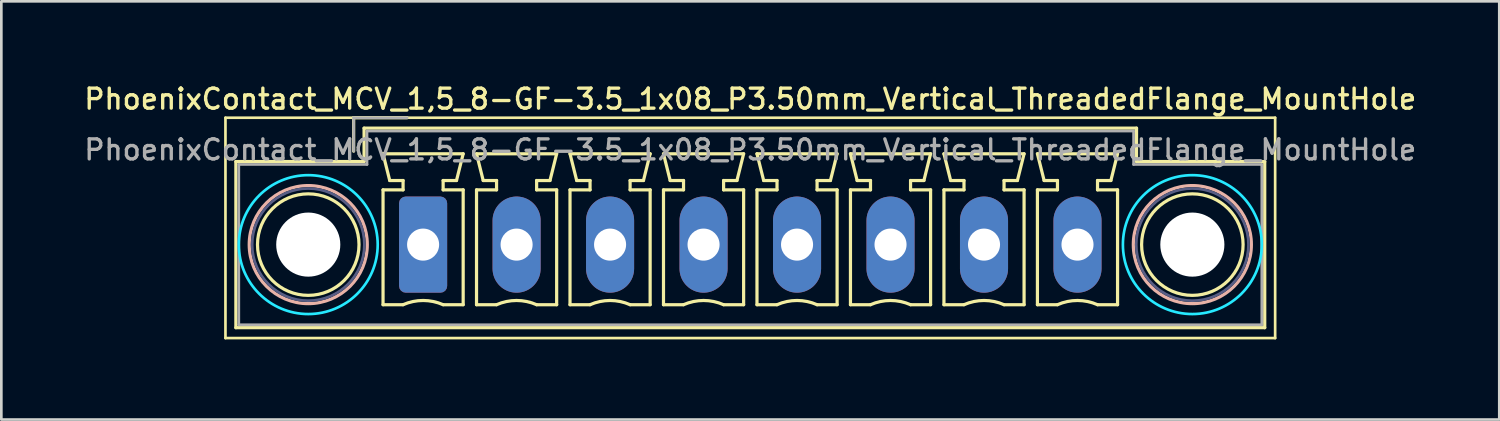
<source format=kicad_pcb>
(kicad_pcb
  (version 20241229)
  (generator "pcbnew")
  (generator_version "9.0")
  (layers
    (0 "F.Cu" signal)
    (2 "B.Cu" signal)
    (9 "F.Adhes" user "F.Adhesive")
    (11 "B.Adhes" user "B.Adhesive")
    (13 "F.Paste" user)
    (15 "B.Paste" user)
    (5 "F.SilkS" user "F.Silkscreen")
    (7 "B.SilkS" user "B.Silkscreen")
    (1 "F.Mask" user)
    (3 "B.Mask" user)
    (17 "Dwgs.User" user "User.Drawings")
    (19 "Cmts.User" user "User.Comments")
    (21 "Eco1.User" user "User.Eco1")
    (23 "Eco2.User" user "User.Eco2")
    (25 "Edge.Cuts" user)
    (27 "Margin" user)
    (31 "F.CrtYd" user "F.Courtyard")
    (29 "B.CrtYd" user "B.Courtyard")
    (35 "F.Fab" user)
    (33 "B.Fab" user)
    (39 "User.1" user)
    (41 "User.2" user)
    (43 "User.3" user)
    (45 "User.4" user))
  (footprint "PhoenixContact_MCV_1,5_8-GF-3.5_1x08_P3.50mm_Vertical_ThreadedFlange_MountHole"
    (layer "F.Cu")
    (at 12.791 6.108)
    (property "Reference" "PhoenixContact_MCV_1,5_8-GF-3.5_1x08_P3.50mm_Vertical_ThreadedFlange_MountHole" (at 12.25 -5.45 0) (layer "F.SilkS") (effects (font (size 0.75 0.75) (thickness 0.125))))
    (attr through_hole)
    (fp_line (start -7.4 -4.75) (end -7.4 3.5) (stroke (width 0.1) (type solid)) (layer "F.SilkS"))
    (fp_line (start -7.4 3.5) (end 31.9 3.5) (stroke (width 0.1) (type solid)) (layer "F.SilkS"))
    (fp_line (start -7.01 -3.11) (end -7.01 3.11) (stroke (width 0.12) (type solid)) (layer "F.SilkS"))
    (fp_line (start -7.01 3.11) (end 31.51 3.11) (stroke (width 0.12) (type solid)) (layer "F.SilkS"))
    (fp_line (start -2.6 -4.75) (end -0.6 -4.75) (stroke (width 0.12) (type solid)) (layer "F.SilkS"))
    (fp_line (start -2.6 -3.5) (end -2.6 -4.75) (stroke (width 0.12) (type solid)) (layer "F.SilkS"))
    (fp_line (start -2.21 -4.36) (end -2.21 -3.11) (stroke (width 0.12) (type solid)) (layer "F.SilkS"))
    (fp_line (start -2.21 -3.11) (end -7.01 -3.11) (stroke (width 0.12) (type solid)) (layer "F.SilkS"))
    (fp_line (start -1.5 -3.4) (end 1.5 -3.4) (stroke (width 0.12) (type solid)) (layer "F.SilkS"))
    (fp_line (start -1.5 -2.05) (end -0.75 -2.05) (stroke (width 0.12) (type solid)) (layer "F.SilkS"))
    (fp_line (start -1.5 2.25) (end -1.5 -2.05) (stroke (width 0.12) (type solid)) (layer "F.SilkS"))
    (fp_line (start -1.25 -2.4) (end -1.5 -3.4) (stroke (width 0.12) (type solid)) (layer "F.SilkS"))
    (fp_line (start -0.75 -2.4) (end -1.25 -2.4) (stroke (width 0.12) (type solid)) (layer "F.SilkS"))
    (fp_line (start -0.75 -2.05) (end -0.75 -2.4) (stroke (width 0.12) (type solid)) (layer "F.SilkS"))
    (fp_line (start -0.75 2.25) (end -1.5 2.25) (stroke (width 0.12) (type solid)) (layer "F.SilkS"))
    (fp_line (start 0.75 -2.4) (end 0.75 -2.05) (stroke (width 0.12) (type solid)) (layer "F.SilkS"))
    (fp_line (start 0.75 -2.05) (end 1.5 -2.05) (stroke (width 0.12) (type solid)) (layer "F.SilkS"))
    (fp_line (start 1.25 -2.4) (end 0.75 -2.4) (stroke (width 0.12) (type solid)) (layer "F.SilkS"))
    (fp_line (start 1.5 -3.4) (end 1.25 -2.4) (stroke (width 0.12) (type solid)) (layer "F.SilkS"))
    (fp_line (start 1.5 -2.05) (end 1.5 2.25) (stroke (width 0.12) (type solid)) (layer "F.SilkS"))
    (fp_line (start 1.5 2.25) (end 0.75 2.25) (stroke (width 0.12) (type solid)) (layer "F.SilkS"))
    (fp_line (start 2 -3.4) (end 5 -3.4) (stroke (width 0.12) (type solid)) (layer "F.SilkS"))
    (fp_line (start 2 -2.05) (end 2.75 -2.05) (stroke (width 0.12) (type solid)) (layer "F.SilkS"))
    (fp_line (start 2 2.25) (end 2 -2.05) (stroke (width 0.12) (type solid)) (layer "F.SilkS"))
    (fp_line (start 2.25 -2.4) (end 2 -3.4) (stroke (width 0.12) (type solid)) (layer "F.SilkS"))
    (fp_line (start 2.75 -2.4) (end 2.25 -2.4) (stroke (width 0.12) (type solid)) (layer "F.SilkS"))
    (fp_line (start 2.75 -2.05) (end 2.75 -2.4) (stroke (width 0.12) (type solid)) (layer "F.SilkS"))
    (fp_line (start 2.75 2.25) (end 2 2.25) (stroke (width 0.12) (type solid)) (layer "F.SilkS"))
    (fp_line (start 4.25 -2.4) (end 4.25 -2.05) (stroke (width 0.12) (type solid)) (layer "F.SilkS"))
    (fp_line (start 4.25 -2.05) (end 5 -2.05) (stroke (width 0.12) (type solid)) (layer "F.SilkS"))
    (fp_line (start 4.75 -2.4) (end 4.25 -2.4) (stroke (width 0.12) (type solid)) (layer "F.SilkS"))
    (fp_line (start 5 -3.4) (end 4.75 -2.4) (stroke (width 0.12) (type solid)) (layer "F.SilkS"))
    (fp_line (start 5 -2.05) (end 5 2.25) (stroke (width 0.12) (type solid)) (layer "F.SilkS"))
    (fp_line (start 5 2.25) (end 4.25 2.25) (stroke (width 0.12) (type solid)) (layer "F.SilkS"))
    (fp_line (start 5.5 -3.4) (end 8.5 -3.4) (stroke (width 0.12) (type solid)) (layer "F.SilkS"))
    (fp_line (start 5.5 -2.05) (end 6.25 -2.05) (stroke (width 0.12) (type solid)) (layer "F.SilkS"))
    (fp_line (start 5.5 2.25) (end 5.5 -2.05) (stroke (width 0.12) (type solid)) (layer "F.SilkS"))
    (fp_line (start 5.75 -2.4) (end 5.5 -3.4) (stroke (width 0.12) (type solid)) (layer "F.SilkS"))
    (fp_line (start 6.25 -2.4) (end 5.75 -2.4) (stroke (width 0.12) (type solid)) (layer "F.SilkS"))
    (fp_line (start 6.25 -2.05) (end 6.25 -2.4) (stroke (width 0.12) (type solid)) (layer "F.SilkS"))
    (fp_line (start 6.25 2.25) (end 5.5 2.25) (stroke (width 0.12) (type solid)) (layer "F.SilkS"))
    (fp_line (start 7.75 -2.4) (end 7.75 -2.05) (stroke (width 0.12) (type solid)) (layer "F.SilkS"))
    (fp_line (start 7.75 -2.05) (end 8.5 -2.05) (stroke (width 0.12) (type solid)) (layer "F.SilkS"))
    (fp_line (start 8.25 -2.4) (end 7.75 -2.4) (stroke (width 0.12) (type solid)) (layer "F.SilkS"))
    (fp_line (start 8.5 -3.4) (end 8.25 -2.4) (stroke (width 0.12) (type solid)) (layer "F.SilkS"))
    (fp_line (start 8.5 -2.05) (end 8.5 2.25) (stroke (width 0.12) (type solid)) (layer "F.SilkS"))
    (fp_line (start 8.5 2.25) (end 7.75 2.25) (stroke (width 0.12) (type solid)) (layer "F.SilkS"))
    (fp_line (start 9 -3.4) (end 12 -3.4) (stroke (width 0.12) (type solid)) (layer "F.SilkS"))
    (fp_line (start 9 -2.05) (end 9.75 -2.05) (stroke (width 0.12) (type solid)) (layer "F.SilkS"))
    (fp_line (start 9 2.25) (end 9 -2.05) (stroke (width 0.12) (type solid)) (layer "F.SilkS"))
    (fp_line (start 9.25 -2.4) (end 9 -3.4) (stroke (width 0.12) (type solid)) (layer "F.SilkS"))
    (fp_line (start 9.75 -2.4) (end 9.25 -2.4) (stroke (width 0.12) (type solid)) (layer "F.SilkS"))
    (fp_line (start 9.75 -2.05) (end 9.75 -2.4) (stroke (width 0.12) (type solid)) (layer "F.SilkS"))
    (fp_line (start 9.75 2.25) (end 9 2.25) (stroke (width 0.12) (type solid)) (layer "F.SilkS"))
    (fp_line (start 11.25 -2.4) (end 11.25 -2.05) (stroke (width 0.12) (type solid)) (layer "F.SilkS"))
    (fp_line (start 11.25 -2.05) (end 12 -2.05) (stroke (width 0.12) (type solid)) (layer "F.SilkS"))
    (fp_line (start 11.75 -2.4) (end 11.25 -2.4) (stroke (width 0.12) (type solid)) (layer "F.SilkS"))
    (fp_line (start 12 -3.4) (end 11.75 -2.4) (stroke (width 0.12) (type solid)) (layer "F.SilkS"))
    (fp_line (start 12 -2.05) (end 12 2.25) (stroke (width 0.12) (type solid)) (layer "F.SilkS"))
    (fp_line (start 12 2.25) (end 11.25 2.25) (stroke (width 0.12) (type solid)) (layer "F.SilkS"))
    (fp_line (start 12.5 -3.4) (end 15.5 -3.4) (stroke (width 0.12) (type solid)) (layer "F.SilkS"))
    (fp_line (start 12.5 -2.05) (end 13.25 -2.05) (stroke (width 0.12) (type solid)) (layer "F.SilkS"))
    (fp_line (start 12.5 2.25) (end 12.5 -2.05) (stroke (width 0.12) (type solid)) (layer "F.SilkS"))
    (fp_line (start 12.75 -2.4) (end 12.5 -3.4) (stroke (width 0.12) (type solid)) (layer "F.SilkS"))
    (fp_line (start 13.25 -2.4) (end 12.75 -2.4) (stroke (width 0.12) (type solid)) (layer "F.SilkS"))
    (fp_line (start 13.25 -2.05) (end 13.25 -2.4) (stroke (width 0.12) (type solid)) (layer "F.SilkS"))
    (fp_line (start 13.25 2.25) (end 12.5 2.25) (stroke (width 0.12) (type solid)) (layer "F.SilkS"))
    (fp_line (start 14.75 -2.4) (end 14.75 -2.05) (stroke (width 0.12) (type solid)) (layer "F.SilkS"))
    (fp_line (start 14.75 -2.05) (end 15.5 -2.05) (stroke (width 0.12) (type solid)) (layer "F.SilkS"))
    (fp_line (start 15.25 -2.4) (end 14.75 -2.4) (stroke (width 0.12) (type solid)) (layer "F.SilkS"))
    (fp_line (start 15.5 -3.4) (end 15.25 -2.4) (stroke (width 0.12) (type solid)) (layer "F.SilkS"))
    (fp_line (start 15.5 -2.05) (end 15.5 2.25) (stroke (width 0.12) (type solid)) (layer "F.SilkS"))
    (fp_line (start 15.5 2.25) (end 14.75 2.25) (stroke (width 0.12) (type solid)) (layer "F.SilkS"))
    (fp_line (start 16 -3.4) (end 19 -3.4) (stroke (width 0.12) (type solid)) (layer "F.SilkS"))
    (fp_line (start 16 -2.05) (end 16.75 -2.05) (stroke (width 0.12) (type solid)) (layer "F.SilkS"))
    (fp_line (start 16 2.25) (end 16 -2.05) (stroke (width 0.12) (type solid)) (layer "F.SilkS"))
    (fp_line (start 16.25 -2.4) (end 16 -3.4) (stroke (width 0.12) (type solid)) (layer "F.SilkS"))
    (fp_line (start 16.75 -2.4) (end 16.25 -2.4) (stroke (width 0.12) (type solid)) (layer "F.SilkS"))
    (fp_line (start 16.75 -2.05) (end 16.75 -2.4) (stroke (width 0.12) (type solid)) (layer "F.SilkS"))
    (fp_line (start 16.75 2.25) (end 16 2.25) (stroke (width 0.12) (type solid)) (layer "F.SilkS"))
    (fp_line (start 18.25 -2.4) (end 18.25 -2.05) (stroke (width 0.12) (type solid)) (layer "F.SilkS"))
    (fp_line (start 18.25 -2.05) (end 19 -2.05) (stroke (width 0.12) (type solid)) (layer "F.SilkS"))
    (fp_line (start 18.75 -2.4) (end 18.25 -2.4) (stroke (width 0.12) (type solid)) (layer "F.SilkS"))
    (fp_line (start 19 -3.4) (end 18.75 -2.4) (stroke (width 0.12) (type solid)) (layer "F.SilkS"))
    (fp_line (start 19 -2.05) (end 19 2.25) (stroke (width 0.12) (type solid)) (layer "F.SilkS"))
    (fp_line (start 19 2.25) (end 18.25 2.25) (stroke (width 0.12) (type solid)) (layer "F.SilkS"))
    (fp_line (start 19.5 -3.4) (end 22.5 -3.4) (stroke (width 0.12) (type solid)) (layer "F.SilkS"))
    (fp_line (start 19.5 -2.05) (end 20.25 -2.05) (stroke (width 0.12) (type solid)) (layer "F.SilkS"))
    (fp_line (start 19.5 2.25) (end 19.5 -2.05) (stroke (width 0.12) (type solid)) (layer "F.SilkS"))
    (fp_line (start 19.75 -2.4) (end 19.5 -3.4) (stroke (width 0.12) (type solid)) (layer "F.SilkS"))
    (fp_line (start 20.25 -2.4) (end 19.75 -2.4) (stroke (width 0.12) (type solid)) (layer "F.SilkS"))
    (fp_line (start 20.25 -2.05) (end 20.25 -2.4) (stroke (width 0.12) (type solid)) (layer "F.SilkS"))
    (fp_line (start 20.25 2.25) (end 19.5 2.25) (stroke (width 0.12) (type solid)) (layer "F.SilkS"))
    (fp_line (start 21.75 -2.4) (end 21.75 -2.05) (stroke (width 0.12) (type solid)) (layer "F.SilkS"))
    (fp_line (start 21.75 -2.05) (end 22.5 -2.05) (stroke (width 0.12) (type solid)) (layer "F.SilkS"))
    (fp_line (start 22.25 -2.4) (end 21.75 -2.4) (stroke (width 0.12) (type solid)) (layer "F.SilkS"))
    (fp_line (start 22.5 -3.4) (end 22.25 -2.4) (stroke (width 0.12) (type solid)) (layer "F.SilkS"))
    (fp_line (start 22.5 -2.05) (end 22.5 2.25) (stroke (width 0.12) (type solid)) (layer "F.SilkS"))
    (fp_line (start 22.5 2.25) (end 21.75 2.25) (stroke (width 0.12) (type solid)) (layer "F.SilkS"))
    (fp_line (start 23 -3.4) (end 26 -3.4) (stroke (width 0.12) (type solid)) (layer "F.SilkS"))
    (fp_line (start 23 -2.05) (end 23.75 -2.05) (stroke (width 0.12) (type solid)) (layer "F.SilkS"))
    (fp_line (start 23 2.25) (end 23 -2.05) (stroke (width 0.12) (type solid)) (layer "F.SilkS"))
    (fp_line (start 23.25 -2.4) (end 23 -3.4) (stroke (width 0.12) (type solid)) (layer "F.SilkS"))
    (fp_line (start 23.75 -2.4) (end 23.25 -2.4) (stroke (width 0.12) (type solid)) (layer "F.SilkS"))
    (fp_line (start 23.75 -2.05) (end 23.75 -2.4) (stroke (width 0.12) (type solid)) (layer "F.SilkS"))
    (fp_line (start 23.75 2.25) (end 23 2.25) (stroke (width 0.12) (type solid)) (layer "F.SilkS"))
    (fp_line (start 25.25 -2.4) (end 25.25 -2.05) (stroke (width 0.12) (type solid)) (layer "F.SilkS"))
    (fp_line (start 25.25 -2.05) (end 26 -2.05) (stroke (width 0.12) (type solid)) (layer "F.SilkS"))
    (fp_line (start 25.75 -2.4) (end 25.25 -2.4) (stroke (width 0.12) (type solid)) (layer "F.SilkS"))
    (fp_line (start 26 -3.4) (end 25.75 -2.4) (stroke (width 0.12) (type solid)) (layer "F.SilkS"))
    (fp_line (start 26 -2.05) (end 26 2.25) (stroke (width 0.12) (type solid)) (layer "F.SilkS"))
    (fp_line (start 26 2.25) (end 25.25 2.25) (stroke (width 0.12) (type solid)) (layer "F.SilkS"))
    (fp_line (start 26.71 -4.36) (end -2.21 -4.36) (stroke (width 0.12) (type solid)) (layer "F.SilkS"))
    (fp_line (start 26.71 -3.11) (end 26.71 -4.36) (stroke (width 0.12) (type solid)) (layer "F.SilkS"))
    (fp_line (start 31.51 -3.11) (end 26.71 -3.11) (stroke (width 0.12) (type solid)) (layer "F.SilkS"))
    (fp_line (start 31.51 3.11) (end 31.51 -3.11) (stroke (width 0.12) (type solid)) (layer "F.SilkS"))
    (fp_line (start 31.9 -4.75) (end -7.4 -4.75) (stroke (width 0.1) (type solid)) (layer "F.SilkS"))
    (fp_line (start 31.9 3.5) (end 31.9 -4.75) (stroke (width 0.1) (type solid)) (layer "F.SilkS"))
    (fp_arc (start -0.75 2.25) (mid -0.000193 2.09191) (end 0.749647 2.249844) (stroke (width 0.12) (type solid)) (layer "F.SilkS"))
    (fp_arc (start 2.75 2.25) (mid 3.499807 2.09191) (end 4.249647 2.249844) (stroke (width 0.12) (type solid)) (layer "F.SilkS"))
    (fp_arc (start 6.25 2.25) (mid 6.999807 2.09191) (end 7.749647 2.249844) (stroke (width 0.12) (type solid)) (layer "F.SilkS"))
    (fp_arc (start 9.75 2.25) (mid 10.499807 2.09191) (end 11.249647 2.249844) (stroke (width 0.12) (type solid)) (layer "F.SilkS"))
    (fp_arc (start 13.25 2.25) (mid 13.999807 2.09191) (end 14.749647 2.249844) (stroke (width 0.12) (type solid)) (layer "F.SilkS"))
    (fp_arc (start 16.75 2.25) (mid 17.499807 2.09191) (end 18.249647 2.249844) (stroke (width 0.12) (type solid)) (layer "F.SilkS"))
    (fp_arc (start 20.25 2.25) (mid 20.999807 2.09191) (end 21.749647 2.249844) (stroke (width 0.12) (type solid)) (layer "F.SilkS"))
    (fp_arc (start 23.75 2.25) (mid 24.499807 2.09191) (end 25.249647 2.249844) (stroke (width 0.12) (type solid)) (layer "F.SilkS"))
    (fp_circle (center -4.3 0) (end -2.4 0) (stroke (width 0.12) (type solid)) (fill no) (layer "F.SilkS"))
    (fp_circle (center 28.8 0) (end 30.7 0) (stroke (width 0.12) (type solid)) (fill no) (layer "F.SilkS"))
    (fp_circle (center -4.3 0) (end -2.09 0) (stroke (width 0.12) (type solid)) (fill no) (layer "B.SilkS"))
    (fp_circle (center 28.8 0) (end 31.01 0) (stroke (width 0.12) (type solid)) (fill no) (layer "B.SilkS"))
    (fp_circle (center -4.3 0) (end -1.7 0) (stroke (width 0.1) (type solid)) (fill no) (layer "B.CrtYd"))
    (fp_circle (center 28.8 0) (end 31.4 0) (stroke (width 0.1) (type solid)) (fill no) (layer "B.CrtYd"))
    (fp_circle (center -4.3 0) (end -2.2 0) (stroke (width 0.1) (type solid)) (fill no) (layer "B.Fab"))
    (fp_circle (center 28.8 0) (end 30.9 0) (stroke (width 0.1) (type solid)) (fill no) (layer "B.Fab"))
    (fp_line (start -6.9 -3) (end -6.9 3) (stroke (width 0.1) (type solid)) (layer "F.Fab"))
    (fp_line (start -6.9 3) (end 31.4 3) (stroke (width 0.1) (type solid)) (layer "F.Fab"))
    (fp_line (start -2.6 -4.75) (end -0.6 -4.75) (stroke (width 0.1) (type solid)) (layer "F.Fab"))
    (fp_line (start -2.6 -3.5) (end -2.6 -4.75) (stroke (width 0.1) (type solid)) (layer "F.Fab"))
    (fp_line (start -2.1 -4.25) (end -2.1 -3) (stroke (width 0.1) (type solid)) (layer "F.Fab"))
    (fp_line (start -2.1 -3) (end -6.9 -3) (stroke (width 0.1) (type solid)) (layer "F.Fab"))
    (fp_line (start 26.6 -4.25) (end -2.1 -4.25) (stroke (width 0.1) (type solid)) (layer "F.Fab"))
    (fp_line (start 26.6 -3) (end 26.6 -4.25) (stroke (width 0.1) (type solid)) (layer "F.Fab"))
    (fp_line (start 31.4 -3) (end 26.6 -3) (stroke (width 0.1) (type solid)) (layer "F.Fab"))
    (fp_line (start 31.4 3) (end 31.4 -3) (stroke (width 0.1) (type solid)) (layer "F.Fab"))
    (fp_text user "${REFERENCE}" (at 12.25 -3.55 0) (layer "F.Fab") (effects (font (size 0.75 0.75) (thickness 0.125))))
    (pad "" np_thru_hole circle (at -4.3 0) (size 2.4 2.4) (drill 2.4) (layers "*.Cu" "*.Mask"))
    (pad "" np_thru_hole circle (at 28.8 0) (size 2.4 2.4) (drill 2.4) (layers "*.Cu" "*.Mask"))
    (pad "1" thru_hole roundrect (at 0 0) (size 1.8 3.6) (drill 1.2) (layers "*.Cu" "*.Mask") (roundrect_rratio 0.139))
    (pad "2" thru_hole oval (at 3.5 0) (size 1.8 3.6) (drill 1.2) (layers "*.Cu" "*.Mask"))
    (pad "3" thru_hole oval (at 7 0) (size 1.8 3.6) (drill 1.2) (layers "*.Cu" "*.Mask"))
    (pad "4" thru_hole oval (at 10.5 0) (size 1.8 3.6) (drill 1.2) (layers "*.Cu" "*.Mask"))
    (pad "5" thru_hole oval (at 14 0) (size 1.8 3.6) (drill 1.2) (layers "*.Cu" "*.Mask"))
    (pad "6" thru_hole oval (at 17.5 0) (size 1.8 3.6) (drill 1.2) (layers "*.Cu" "*.Mask"))
    (pad "7" thru_hole oval (at 21 0) (size 1.8 3.6) (drill 1.2) (layers "*.Cu" "*.Mask"))
    (pad "8" thru_hole oval (at 24.5 0) (size 1.8 3.6) (drill 1.2) (layers "*.Cu" "*.Mask")))
  (gr_rect
    (start -3 -3)
    (end 53.082 12.658)
    (stroke (width 0.1) (type default))
    (fill no)
    (layer "Edge.Cuts")))
</source>
